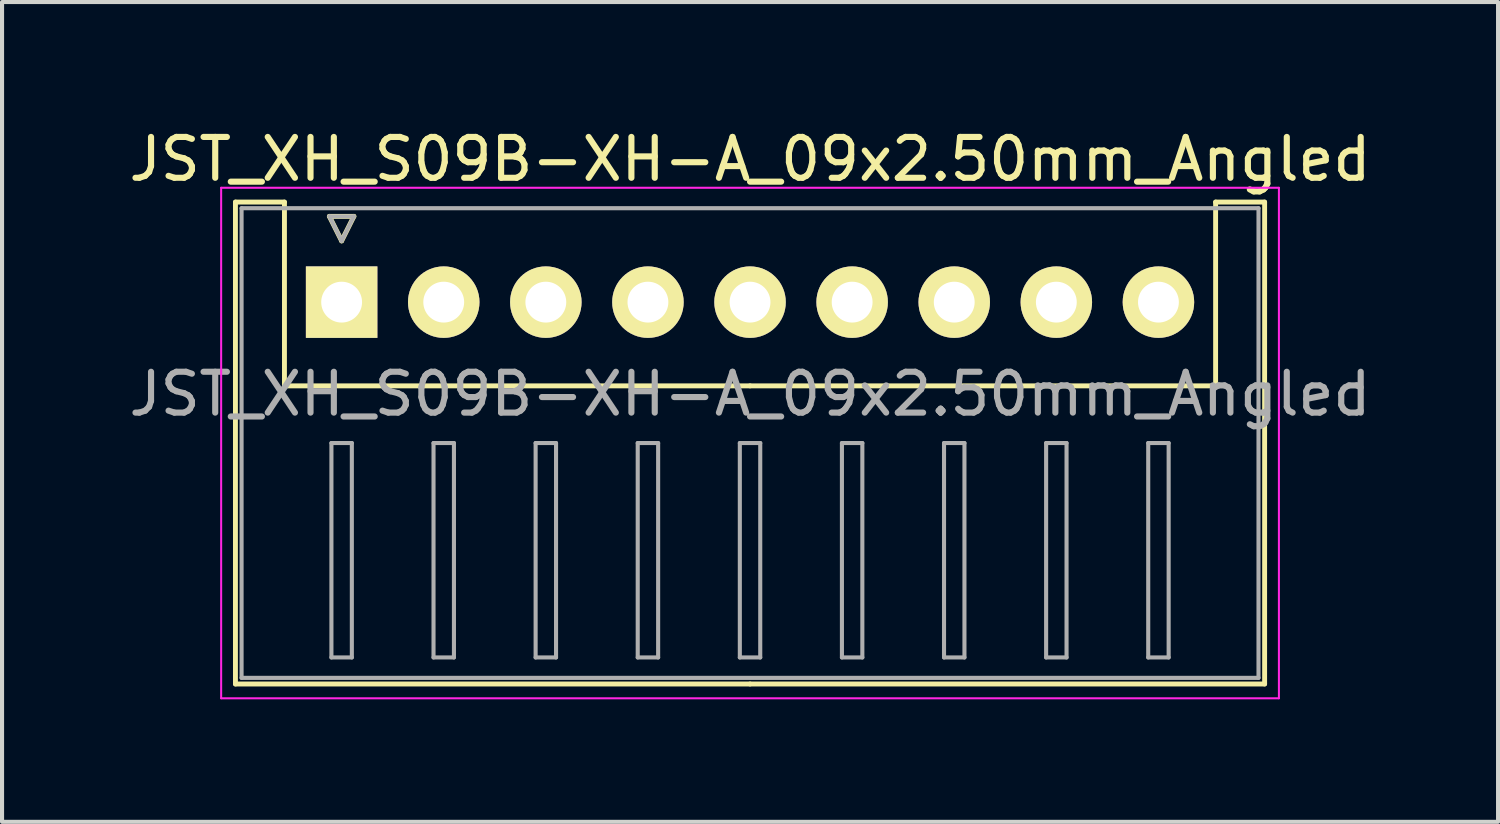
<source format=kicad_pcb>
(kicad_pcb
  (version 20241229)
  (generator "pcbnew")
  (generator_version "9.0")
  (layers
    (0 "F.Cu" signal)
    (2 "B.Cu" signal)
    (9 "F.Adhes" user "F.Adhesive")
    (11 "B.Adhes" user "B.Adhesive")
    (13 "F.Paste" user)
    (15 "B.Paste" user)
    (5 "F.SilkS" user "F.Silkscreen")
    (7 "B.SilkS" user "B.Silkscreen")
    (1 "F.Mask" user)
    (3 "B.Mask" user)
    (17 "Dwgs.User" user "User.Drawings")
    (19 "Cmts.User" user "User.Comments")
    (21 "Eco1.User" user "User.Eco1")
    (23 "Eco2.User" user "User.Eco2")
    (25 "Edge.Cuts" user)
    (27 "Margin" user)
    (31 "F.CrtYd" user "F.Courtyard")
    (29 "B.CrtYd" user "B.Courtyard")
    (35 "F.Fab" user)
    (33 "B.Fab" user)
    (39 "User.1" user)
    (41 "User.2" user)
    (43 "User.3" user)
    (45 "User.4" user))
  (footprint "JST_XH_S09B-XH-A_09x2.50mm_Angled"
    (layer "F.Cu")
    (at 5.315 4.348)
    (property "Reference" "JST_XH_S09B-XH-A_09x2.50mm_Angled" (at 10 -3.5 0) (layer "F.SilkS") (effects (font (size 1 1) (thickness 0.15))))
    (attr through_hole)
    (fp_line (start -2.6 -2.45) (end -1.4 -2.45) (stroke (width 0.12) (type solid)) (layer "F.SilkS"))
    (fp_line (start -2.6 9.35) (end -2.6 -2.45) (stroke (width 0.12) (type solid)) (layer "F.SilkS"))
    (fp_line (start -1.4 -2.45) (end -1.4 2.05) (stroke (width 0.12) (type solid)) (layer "F.SilkS"))
    (fp_line (start -1.4 2.05) (end 10 2.05) (stroke (width 0.12) (type solid)) (layer "F.SilkS"))
    (fp_line (start -0.3 -2.1) (end 0.3 -2.1) (stroke (width 0.12) (type solid)) (layer "F.SilkS"))
    (fp_line (start 0 -1.5) (end -0.3 -2.1) (stroke (width 0.12) (type solid)) (layer "F.SilkS"))
    (fp_line (start 0.3 -2.1) (end 0 -1.5) (stroke (width 0.12) (type solid)) (layer "F.SilkS"))
    (fp_line (start 10 9.35) (end -2.6 9.35) (stroke (width 0.12) (type solid)) (layer "F.SilkS"))
    (fp_line (start 10 9.35) (end 22.6 9.35) (stroke (width 0.12) (type solid)) (layer "F.SilkS"))
    (fp_line (start 21.4 -2.45) (end 21.4 2.05) (stroke (width 0.12) (type solid)) (layer "F.SilkS"))
    (fp_line (start 21.4 2.05) (end 10 2.05) (stroke (width 0.12) (type solid)) (layer "F.SilkS"))
    (fp_line (start 22.6 -2.45) (end 21.4 -2.45) (stroke (width 0.12) (type solid)) (layer "F.SilkS"))
    (fp_line (start 22.6 9.35) (end 22.6 -2.45) (stroke (width 0.12) (type solid)) (layer "F.SilkS"))
    (fp_line (start -2.95 -2.8) (end -2.95 9.7) (stroke (width 0.05) (type solid)) (layer "F.CrtYd"))
    (fp_line (start -2.95 9.7) (end 22.95 9.7) (stroke (width 0.05) (type solid)) (layer "F.CrtYd"))
    (fp_line (start 22.95 -2.8) (end -2.95 -2.8) (stroke (width 0.05) (type solid)) (layer "F.CrtYd"))
    (fp_line (start 22.95 9.7) (end 22.95 -2.8) (stroke (width 0.05) (type solid)) (layer "F.CrtYd"))
    (fp_line (start -2.45 -2.3) (end -2.45 9.2) (stroke (width 0.1) (type solid)) (layer "F.Fab"))
    (fp_line (start -2.45 9.2) (end 22.45 9.2) (stroke (width 0.1) (type solid)) (layer "F.Fab"))
    (fp_line (start -0.3 -2.1) (end 0.3 -2.1) (stroke (width 0.1) (type solid)) (layer "F.Fab"))
    (fp_line (start -0.25 3.45) (end -0.25 8.7) (stroke (width 0.1) (type solid)) (layer "F.Fab"))
    (fp_line (start -0.25 8.7) (end 0.25 8.7) (stroke (width 0.1) (type solid)) (layer "F.Fab"))
    (fp_line (start 0 -1.5) (end -0.3 -2.1) (stroke (width 0.1) (type solid)) (layer "F.Fab"))
    (fp_line (start 0.25 3.45) (end -0.25 3.45) (stroke (width 0.1) (type solid)) (layer "F.Fab"))
    (fp_line (start 0.25 8.7) (end 0.25 3.45) (stroke (width 0.1) (type solid)) (layer "F.Fab"))
    (fp_line (start 0.3 -2.1) (end 0 -1.5) (stroke (width 0.1) (type solid)) (layer "F.Fab"))
    (fp_line (start 2.25 3.45) (end 2.25 8.7) (stroke (width 0.1) (type solid)) (layer "F.Fab"))
    (fp_line (start 2.25 8.7) (end 2.75 8.7) (stroke (width 0.1) (type solid)) (layer "F.Fab"))
    (fp_line (start 2.75 3.45) (end 2.25 3.45) (stroke (width 0.1) (type solid)) (layer "F.Fab"))
    (fp_line (start 2.75 8.7) (end 2.75 3.45) (stroke (width 0.1) (type solid)) (layer "F.Fab"))
    (fp_line (start 4.75 3.45) (end 4.75 8.7) (stroke (width 0.1) (type solid)) (layer "F.Fab"))
    (fp_line (start 4.75 8.7) (end 5.25 8.7) (stroke (width 0.1) (type solid)) (layer "F.Fab"))
    (fp_line (start 5.25 3.45) (end 4.75 3.45) (stroke (width 0.1) (type solid)) (layer "F.Fab"))
    (fp_line (start 5.25 8.7) (end 5.25 3.45) (stroke (width 0.1) (type solid)) (layer "F.Fab"))
    (fp_line (start 7.25 3.45) (end 7.25 8.7) (stroke (width 0.1) (type solid)) (layer "F.Fab"))
    (fp_line (start 7.25 8.7) (end 7.75 8.7) (stroke (width 0.1) (type solid)) (layer "F.Fab"))
    (fp_line (start 7.75 3.45) (end 7.25 3.45) (stroke (width 0.1) (type solid)) (layer "F.Fab"))
    (fp_line (start 7.75 8.7) (end 7.75 3.45) (stroke (width 0.1) (type solid)) (layer "F.Fab"))
    (fp_line (start 9.75 3.45) (end 9.75 8.7) (stroke (width 0.1) (type solid)) (layer "F.Fab"))
    (fp_line (start 9.75 8.7) (end 10.25 8.7) (stroke (width 0.1) (type solid)) (layer "F.Fab"))
    (fp_line (start 10.25 3.45) (end 9.75 3.45) (stroke (width 0.1) (type solid)) (layer "F.Fab"))
    (fp_line (start 10.25 8.7) (end 10.25 3.45) (stroke (width 0.1) (type solid)) (layer "F.Fab"))
    (fp_line (start 12.25 3.45) (end 12.25 8.7) (stroke (width 0.1) (type solid)) (layer "F.Fab"))
    (fp_line (start 12.25 8.7) (end 12.75 8.7) (stroke (width 0.1) (type solid)) (layer "F.Fab"))
    (fp_line (start 12.75 3.45) (end 12.25 3.45) (stroke (width 0.1) (type solid)) (layer "F.Fab"))
    (fp_line (start 12.75 8.7) (end 12.75 3.45) (stroke (width 0.1) (type solid)) (layer "F.Fab"))
    (fp_line (start 14.75 3.45) (end 14.75 8.7) (stroke (width 0.1) (type solid)) (layer "F.Fab"))
    (fp_line (start 14.75 8.7) (end 15.25 8.7) (stroke (width 0.1) (type solid)) (layer "F.Fab"))
    (fp_line (start 15.25 3.45) (end 14.75 3.45) (stroke (width 0.1) (type solid)) (layer "F.Fab"))
    (fp_line (start 15.25 8.7) (end 15.25 3.45) (stroke (width 0.1) (type solid)) (layer "F.Fab"))
    (fp_line (start 17.25 3.45) (end 17.25 8.7) (stroke (width 0.1) (type solid)) (layer "F.Fab"))
    (fp_line (start 17.25 8.7) (end 17.75 8.7) (stroke (width 0.1) (type solid)) (layer "F.Fab"))
    (fp_line (start 17.75 3.45) (end 17.25 3.45) (stroke (width 0.1) (type solid)) (layer "F.Fab"))
    (fp_line (start 17.75 8.7) (end 17.75 3.45) (stroke (width 0.1) (type solid)) (layer "F.Fab"))
    (fp_line (start 19.75 3.45) (end 19.75 8.7) (stroke (width 0.1) (type solid)) (layer "F.Fab"))
    (fp_line (start 19.75 8.7) (end 20.25 8.7) (stroke (width 0.1) (type solid)) (layer "F.Fab"))
    (fp_line (start 20.25 3.45) (end 19.75 3.45) (stroke (width 0.1) (type solid)) (layer "F.Fab"))
    (fp_line (start 20.25 8.7) (end 20.25 3.45) (stroke (width 0.1) (type solid)) (layer "F.Fab"))
    (fp_line (start 22.45 -2.3) (end -2.45 -2.3) (stroke (width 0.1) (type solid)) (layer "F.Fab"))
    (fp_line (start 22.45 9.2) (end 22.45 -2.3) (stroke (width 0.1) (type solid)) (layer "F.Fab"))
    (fp_text user "${REFERENCE}" (at 10 2.25 0) (layer "F.Fab") (effects (font (size 1 1) (thickness 0.15))))
    (pad "1" thru_hole rect (at 0 0) (size 1.75 1.75) (drill 1) (layers "*.Cu" "*.Mask" "F.SilkS"))
    (pad "2" thru_hole circle (at 2.5 0) (size 1.75 1.75) (drill 1) (layers "*.Cu" "*.Mask" "F.SilkS"))
    (pad "3" thru_hole circle (at 5 0) (size 1.75 1.75) (drill 1) (layers "*.Cu" "*.Mask" "F.SilkS"))
    (pad "4" thru_hole circle (at 7.5 0) (size 1.75 1.75) (drill 1) (layers "*.Cu" "*.Mask" "F.SilkS"))
    (pad "5" thru_hole circle (at 10 0) (size 1.75 1.75) (drill 1) (layers "*.Cu" "*.Mask" "F.SilkS"))
    (pad "6" thru_hole circle (at 12.5 0) (size 1.75 1.75) (drill 1) (layers "*.Cu" "*.Mask" "F.SilkS"))
    (pad "7" thru_hole circle (at 15 0) (size 1.75 1.75) (drill 1) (layers "*.Cu" "*.Mask" "F.SilkS"))
    (pad "8" thru_hole circle (at 17.5 0) (size 1.75 1.75) (drill 1) (layers "*.Cu" "*.Mask" "F.SilkS"))
    (pad "9" thru_hole circle (at 20 0) (size 1.75 1.75) (drill 1) (layers "*.Cu" "*.Mask" "F.SilkS")))
  (gr_rect
    (start -3 -3)
    (end 33.631 17.073)
    (stroke (width 0.1) (type default))
    (fill no)
    (layer "Edge.Cuts")))
</source>
